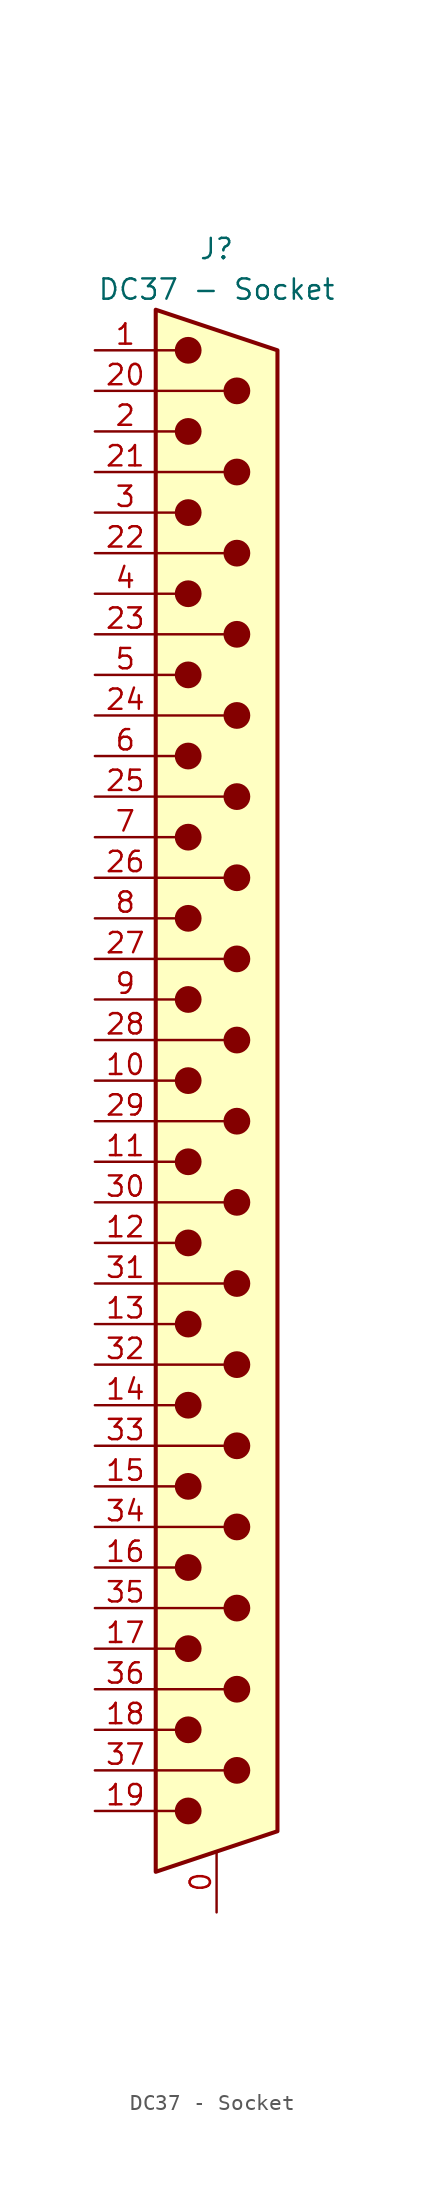
<source format=kicad_sym>
(kicad_symbol_lib
  (version 20220914)
  (generator kicad_symbol_editor)
  (symbol "DC37 - Socket"
    (pin_names
      (offset 1.016) hide)
    (property "Reference" "J"
      (at 0 54.61 0)
      (effects (font (size 1.27 1.27))))
    (property "Value" "DC37 - Socket"
      (at 0 52.07 0)
      (effects (font (size 1.27 1.27))))
    (symbol "DC37 - Socket_0_1"
      (circle (center -1.778 -43.18) (radius 0.762) (stroke (width 0) (type default)) (fill (type outline)))
      (circle (center -1.778 -38.1) (radius 0.762) (stroke (width 0) (type default)) (fill (type outline)))
      (circle (center -1.778 -33.02) (radius 0.762) (stroke (width 0) (type default)) (fill (type outline)))
      (circle (center -1.778 -27.94) (radius 0.762) (stroke (width 0) (type default)) (fill (type outline)))
      (circle (center -1.778 -22.86) (radius 0.762) (stroke (width 0) (type default)) (fill (type outline)))
      (circle (center -1.778 -17.78) (radius 0.762) (stroke (width 0) (type default)) (fill (type outline)))
      (circle (center -1.778 -12.7) (radius 0.762) (stroke (width 0) (type default)) (fill (type outline)))
      (circle (center -1.778 -7.62) (radius 0.762) (stroke (width 0) (type default)) (fill (type outline)))
      (circle (center -1.778 -2.54) (radius 0.762) (stroke (width 0) (type default)) (fill (type outline)))
      (circle (center -1.778 2.54) (radius 0.762) (stroke (width 0) (type default)) (fill (type outline)))
      (circle (center -1.778 7.62) (radius 0.762) (stroke (width 0) (type default)) (fill (type outline)))
      (circle (center -1.778 12.7) (radius 0.762) (stroke (width 0) (type default)) (fill (type outline)))
      (circle (center -1.778 17.78) (radius 0.762) (stroke (width 0) (type default)) (fill (type outline)))
      (circle (center -1.778 22.86) (radius 0.762) (stroke (width 0) (type default)) (fill (type outline)))
      (circle (center -1.778 27.94) (radius 0.762) (stroke (width 0) (type default)) (fill (type outline)))
      (circle (center -1.778 33.02) (radius 0.762) (stroke (width 0) (type default)) (fill (type outline)))
      (circle (center -1.778 38.1) (radius 0.762) (stroke (width 0) (type default)) (fill (type outline)))
      (circle (center -1.778 43.18) (radius 0.762) (stroke (width 0) (type default)) (fill (type outline)))
      (circle (center -1.778 48.26) (radius 0.762) (stroke (width 0) (type default)) (fill (type outline)))
      (polyline (pts (xy -3.81 -43.18) (xy -1.27 -43.18)) (stroke (width 0) (type default)) (fill (type none)))
      (polyline (pts (xy -3.81 -40.64) (xy 1.27 -40.64)) (stroke (width 0) (type default)) (fill (type none)))
      (polyline (pts (xy -3.81 -38.1) (xy -1.27 -38.1)) (stroke (width 0) (type default)) (fill (type none)))
      (polyline (pts (xy -3.81 -35.56) (xy 1.27 -35.56)) (stroke (width 0) (type default)) (fill (type none)))
      (polyline (pts (xy -3.81 -33.02) (xy -1.27 -33.02)) (stroke (width 0) (type default)) (fill (type none)))
      (polyline (pts (xy -3.81 -30.48) (xy 1.27 -30.48)) (stroke (width 0) (type default)) (fill (type none)))
      (polyline (pts (xy -3.81 -27.94) (xy -1.27 -27.94)) (stroke (width 0) (type default)) (fill (type none)))
      (polyline (pts (xy -3.81 -25.4) (xy 1.27 -25.4)) (stroke (width 0) (type default)) (fill (type none)))
      (polyline (pts (xy -3.81 -22.86) (xy -1.27 -22.86)) (stroke (width 0) (type default)) (fill (type none)))
      (polyline (pts (xy -3.81 -20.32) (xy 1.27 -20.32)) (stroke (width 0) (type default)) (fill (type none)))
      (polyline (pts (xy -3.81 -17.78) (xy -1.27 -17.78)) (stroke (width 0) (type default)) (fill (type none)))
      (polyline (pts (xy -3.81 -15.24) (xy 1.27 -15.24)) (stroke (width 0) (type default)) (fill (type none)))
      (polyline (pts (xy -3.81 -12.7) (xy -1.27 -12.7)) (stroke (width 0) (type default)) (fill (type none)))
      (polyline (pts (xy -3.81 -10.16) (xy 1.27 -10.16)) (stroke (width 0) (type default)) (fill (type none)))
      (polyline (pts (xy -3.81 -7.62) (xy -1.27 -7.62)) (stroke (width 0) (type default)) (fill (type none)))
      (polyline (pts (xy -3.81 -5.08) (xy 1.27 -5.08)) (stroke (width 0) (type default)) (fill (type none)))
      (polyline (pts (xy -3.81 -2.54) (xy -1.27 -2.54)) (stroke (width 0) (type default)) (fill (type none)))
      (polyline (pts (xy -3.81 0) (xy 1.27 0)) (stroke (width 0) (type default)) (fill (type none)))
      (polyline (pts (xy -3.81 2.54) (xy -1.27 2.54)) (stroke (width 0) (type default)) (fill (type none)))
      (polyline (pts (xy -3.81 5.08) (xy 1.27 5.08)) (stroke (width 0) (type default)) (fill (type none)))
      (polyline (pts (xy -3.81 7.62) (xy -1.27 7.62)) (stroke (width 0) (type default)) (fill (type none)))
      (polyline (pts (xy -3.81 10.16) (xy 1.27 10.16)) (stroke (width 0) (type default)) (fill (type none)))
      (polyline (pts (xy -3.81 12.7) (xy -1.27 12.7)) (stroke (width 0) (type default)) (fill (type none)))
      (polyline (pts (xy -3.81 15.24) (xy 1.27 15.24)) (stroke (width 0) (type default)) (fill (type none)))
      (polyline (pts (xy -3.81 17.78) (xy -1.27 17.78)) (stroke (width 0) (type default)) (fill (type none)))
      (polyline (pts (xy -3.81 20.32) (xy 1.27 20.32)) (stroke (width 0) (type default)) (fill (type none)))
      (polyline (pts (xy -3.81 22.86) (xy -1.27 22.86)) (stroke (width 0) (type default)) (fill (type none)))
      (polyline (pts (xy -3.81 25.4) (xy 1.27 25.4)) (stroke (width 0) (type default)) (fill (type none)))
      (polyline (pts (xy -3.81 27.94) (xy -1.27 27.94)) (stroke (width 0) (type default)) (fill (type none)))
      (polyline (pts (xy -3.81 30.48) (xy 1.27 30.48)) (stroke (width 0) (type default)) (fill (type none)))
      (polyline (pts (xy -3.81 33.02) (xy -1.27 33.02)) (stroke (width 0) (type default)) (fill (type none)))
      (polyline (pts (xy -3.81 35.56) (xy 1.27 35.56)) (stroke (width 0) (type default)) (fill (type none)))
      (polyline (pts (xy -3.81 38.1) (xy -1.27 38.1)) (stroke (width 0) (type default)) (fill (type none)))
      (polyline (pts (xy -3.81 40.64) (xy 1.27 40.64)) (stroke (width 0) (type default)) (fill (type none)))
      (polyline (pts (xy -3.81 43.18) (xy -1.27 43.18)) (stroke (width 0) (type default)) (fill (type none)))
      (polyline (pts (xy -3.81 45.72) (xy 1.27 45.72)) (stroke (width 0) (type default)) (fill (type none)))
      (polyline (pts (xy -3.81 48.26) (xy -1.27 48.26)) (stroke (width 0) (type default)) (fill (type none)))
      (polyline (pts (xy -3.81 50.8) (xy -3.81 -46.99) (xy 3.81 -44.45) (xy 3.81 48.26) (xy -3.81 50.8)) (stroke (width 0.254) (type default)) (fill (type background)))
      (circle (center 1.27 -40.64) (radius 0.762) (stroke (width 0) (type default)) (fill (type outline)))
      (circle (center 1.27 -35.56) (radius 0.762) (stroke (width 0) (type default)) (fill (type outline)))
      (circle (center 1.27 -30.48) (radius 0.762) (stroke (width 0) (type default)) (fill (type outline)))
      (circle (center 1.27 -25.4) (radius 0.762) (stroke (width 0) (type default)) (fill (type outline)))
      (circle (center 1.27 -20.32) (radius 0.762) (stroke (width 0) (type default)) (fill (type outline)))
      (circle (center 1.27 -15.24) (radius 0.762) (stroke (width 0) (type default)) (fill (type outline)))
      (circle (center 1.27 -10.16) (radius 0.762) (stroke (width 0) (type default)) (fill (type outline)))
      (circle (center 1.27 -5.08) (radius 0.762) (stroke (width 0) (type default)) (fill (type outline)))
      (circle (center 1.27 0) (radius 0.762) (stroke (width 0) (type default)) (fill (type outline)))
      (circle (center 1.27 5.08) (radius 0.762) (stroke (width 0) (type default)) (fill (type outline)))
      (circle (center 1.27 10.16) (radius 0.762) (stroke (width 0) (type default)) (fill (type outline)))
      (circle (center 1.27 15.24) (radius 0.762) (stroke (width 0) (type default)) (fill (type outline)))
      (circle (center 1.27 20.32) (radius 0.762) (stroke (width 0) (type default)) (fill (type outline)))
      (circle (center 1.27 25.4) (radius 0.762) (stroke (width 0) (type default)) (fill (type outline)))
      (circle (center 1.27 30.48) (radius 0.762) (stroke (width 0) (type default)) (fill (type outline)))
      (circle (center 1.27 35.56) (radius 0.762) (stroke (width 0) (type default)) (fill (type outline)))
      (circle (center 1.27 40.64) (radius 0.762) (stroke (width 0) (type default)) (fill (type outline)))
      (circle (center 1.27 45.72) (radius 0.762) (stroke (width 0) (type default)) (fill (type outline))))
    (symbol "DC37 - Socket_1_1"
      (pin passive line (at 0 -49.53 90) (length 3.81) (name "0" (effects (font (size 1.27 1.27)))) (number "0" (effects (font (size 1.27 1.27)))))
      (pin passive line (at -7.62 48.26 0) (length 3.81) (name "1" (effects (font (size 1.27 1.27)))) (number "1" (effects (font (size 1.27 1.27)))))
      (pin passive line (at -7.62 2.54 0) (length 3.81) (name "10" (effects (font (size 1.27 1.27)))) (number "10" (effects (font (size 1.27 1.27)))))
      (pin passive line (at -7.62 -2.54 0) (length 3.81) (name "11" (effects (font (size 1.27 1.27)))) (number "11" (effects (font (size 1.27 1.27)))))
      (pin passive line (at -7.62 -7.62 0) (length 3.81) (name "12" (effects (font (size 1.27 1.27)))) (number "12" (effects (font (size 1.27 1.27)))))
      (pin passive line (at -7.62 -12.7 0) (length 3.81) (name "13" (effects (font (size 1.27 1.27)))) (number "13" (effects (font (size 1.27 1.27)))))
      (pin passive line (at -7.62 -17.78 0) (length 3.81) (name "14" (effects (font (size 1.27 1.27)))) (number "14" (effects (font (size 1.27 1.27)))))
      (pin passive line (at -7.62 -22.86 0) (length 3.81) (name "15" (effects (font (size 1.27 1.27)))) (number "15" (effects (font (size 1.27 1.27)))))
      (pin passive line (at -7.62 -27.94 0) (length 3.81) (name "16" (effects (font (size 1.27 1.27)))) (number "16" (effects (font (size 1.27 1.27)))))
      (pin passive line (at -7.62 -33.02 0) (length 3.81) (name "17" (effects (font (size 1.27 1.27)))) (number "17" (effects (font (size 1.27 1.27)))))
      (pin passive line (at -7.62 -38.1 0) (length 3.81) (name "18" (effects (font (size 1.27 1.27)))) (number "18" (effects (font (size 1.27 1.27)))))
      (pin passive line (at -7.62 -43.18 0) (length 3.81) (name "19" (effects (font (size 1.27 1.27)))) (number "19" (effects (font (size 1.27 1.27)))))
      (pin passive line (at -7.62 43.18 0) (length 3.81) (name "2" (effects (font (size 1.27 1.27)))) (number "2" (effects (font (size 1.27 1.27)))))
      (pin passive line (at -7.62 45.72 0) (length 3.81) (name "20" (effects (font (size 1.27 1.27)))) (number "20" (effects (font (size 1.27 1.27)))))
      (pin passive line (at -7.62 40.64 0) (length 3.81) (name "21" (effects (font (size 1.27 1.27)))) (number "21" (effects (font (size 1.27 1.27)))))
      (pin passive line (at -7.62 35.56 0) (length 3.81) (name "22" (effects (font (size 1.27 1.27)))) (number "22" (effects (font (size 1.27 1.27)))))
      (pin passive line (at -7.62 30.48 0) (length 3.81) (name "23" (effects (font (size 1.27 1.27)))) (number "23" (effects (font (size 1.27 1.27)))))
      (pin passive line (at -7.62 25.4 0) (length 3.81) (name "24" (effects (font (size 1.27 1.27)))) (number "24" (effects (font (size 1.27 1.27)))))
      (pin passive line (at -7.62 20.32 0) (length 3.81) (name "25" (effects (font (size 1.27 1.27)))) (number "25" (effects (font (size 1.27 1.27)))))
      (pin passive line (at -7.62 15.24 0) (length 3.81) (name "26" (effects (font (size 1.27 1.27)))) (number "26" (effects (font (size 1.27 1.27)))))
      (pin passive line (at -7.62 10.16 0) (length 3.81) (name "27" (effects (font (size 1.27 1.27)))) (number "27" (effects (font (size 1.27 1.27)))))
      (pin passive line (at -7.62 5.08 0) (length 3.81) (name "28" (effects (font (size 1.27 1.27)))) (number "28" (effects (font (size 1.27 1.27)))))
      (pin passive line (at -7.62 0 0) (length 3.81) (name "29" (effects (font (size 1.27 1.27)))) (number "29" (effects (font (size 1.27 1.27)))))
      (pin passive line (at -7.62 38.1 0) (length 3.81) (name "3" (effects (font (size 1.27 1.27)))) (number "3" (effects (font (size 1.27 1.27)))))
      (pin passive line (at -7.62 -5.08 0) (length 3.81) (name "30" (effects (font (size 1.27 1.27)))) (number "30" (effects (font (size 1.27 1.27)))))
      (pin passive line (at -7.62 -10.16 0) (length 3.81) (name "31" (effects (font (size 1.27 1.27)))) (number "31" (effects (font (size 1.27 1.27)))))
      (pin passive line (at -7.62 -15.24 0) (length 3.81) (name "32" (effects (font (size 1.27 1.27)))) (number "32" (effects (font (size 1.27 1.27)))))
      (pin passive line (at -7.62 -20.32 0) (length 3.81) (name "33" (effects (font (size 1.27 1.27)))) (number "33" (effects (font (size 1.27 1.27)))))
      (pin passive line (at -7.62 -25.4 0) (length 3.81) (name "34" (effects (font (size 1.27 1.27)))) (number "34" (effects (font (size 1.27 1.27)))))
      (pin passive line (at -7.62 -30.48 0) (length 3.81) (name "35" (effects (font (size 1.27 1.27)))) (number "35" (effects (font (size 1.27 1.27)))))
      (pin passive line (at -7.62 -35.56 0) (length 3.81) (name "36" (effects (font (size 1.27 1.27)))) (number "36" (effects (font (size 1.27 1.27)))))
      (pin passive line (at -7.62 -40.64 0) (length 3.81) (name "37" (effects (font (size 1.27 1.27)))) (number "37" (effects (font (size 1.27 1.27)))))
      (pin passive line (at -7.62 33.02 0) (length 3.81) (name "4" (effects (font (size 1.27 1.27)))) (number "4" (effects (font (size 1.27 1.27)))))
      (pin passive line (at -7.62 27.94 0) (length 3.81) (name "5" (effects (font (size 1.27 1.27)))) (number "5" (effects (font (size 1.27 1.27)))))
      (pin passive line (at -7.62 22.86 0) (length 3.81) (name "6" (effects (font (size 1.27 1.27)))) (number "6" (effects (font (size 1.27 1.27)))))
      (pin passive line (at -7.62 17.78 0) (length 3.81) (name "7" (effects (font (size 1.27 1.27)))) (number "7" (effects (font (size 1.27 1.27)))))
      (pin passive line (at -7.62 12.7 0) (length 3.81) (name "8" (effects (font (size 1.27 1.27)))) (number "8" (effects (font (size 1.27 1.27)))))
      (pin passive line (at -7.62 7.62 0) (length 3.81) (name "9" (effects (font (size 1.27 1.27)))) (number "9" (effects (font (size 1.27 1.27))))))))
</source>
